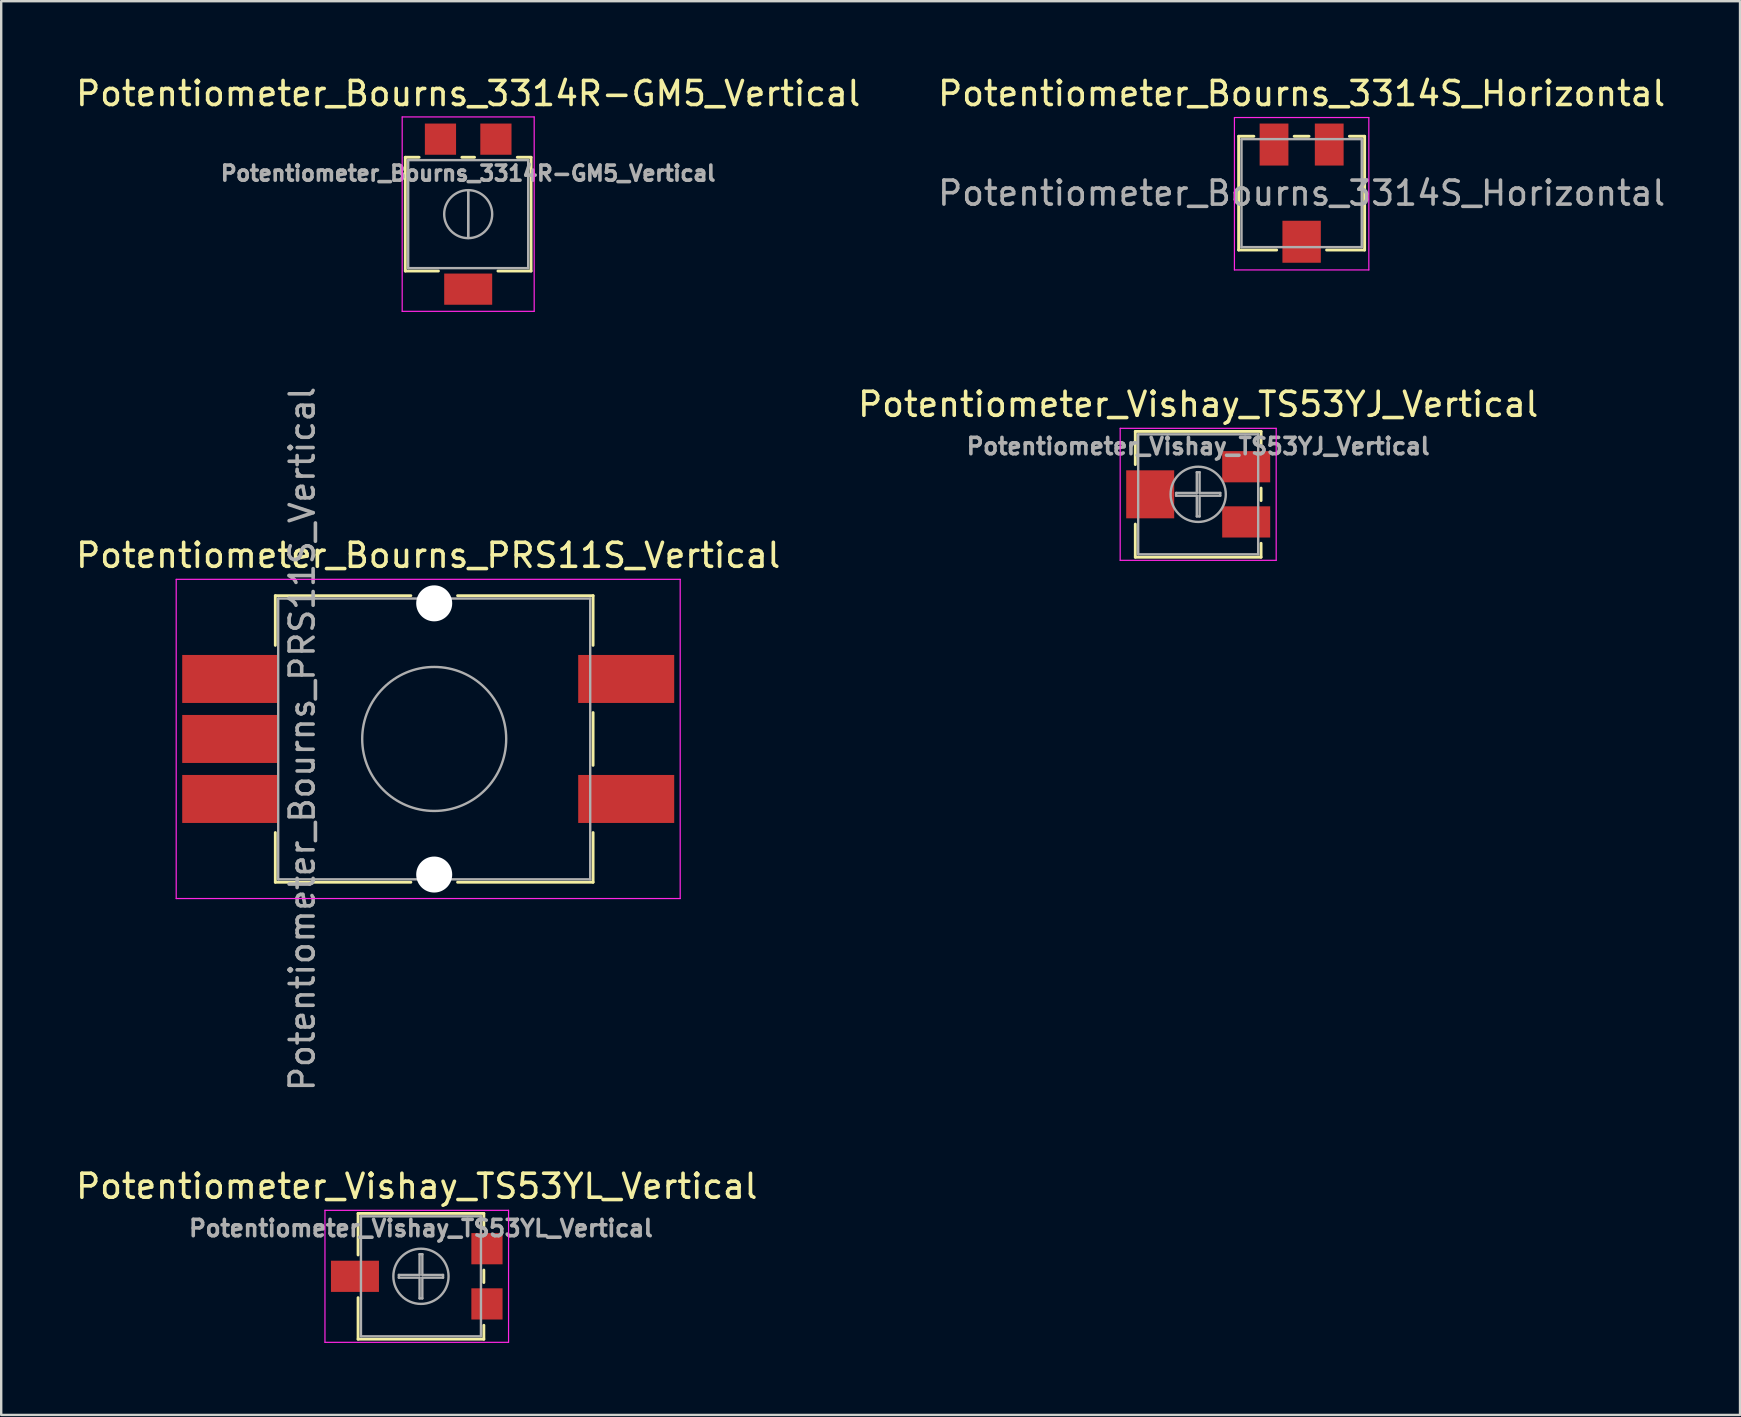
<source format=kicad_pcb>
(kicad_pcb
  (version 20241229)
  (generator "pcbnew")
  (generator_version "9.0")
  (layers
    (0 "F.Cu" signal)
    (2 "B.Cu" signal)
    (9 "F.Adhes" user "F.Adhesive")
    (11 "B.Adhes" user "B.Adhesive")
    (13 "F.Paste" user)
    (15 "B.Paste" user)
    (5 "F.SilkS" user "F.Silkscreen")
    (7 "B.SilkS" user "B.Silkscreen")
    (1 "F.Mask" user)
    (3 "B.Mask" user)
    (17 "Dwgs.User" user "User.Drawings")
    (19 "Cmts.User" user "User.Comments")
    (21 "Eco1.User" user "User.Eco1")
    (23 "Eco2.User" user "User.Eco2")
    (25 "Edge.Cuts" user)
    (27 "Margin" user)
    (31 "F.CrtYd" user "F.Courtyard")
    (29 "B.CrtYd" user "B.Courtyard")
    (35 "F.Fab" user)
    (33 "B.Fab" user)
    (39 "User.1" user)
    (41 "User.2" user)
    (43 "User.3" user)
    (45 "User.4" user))
  (footprint "Potentiometer_Bourns_PRS11S_Vertical"
    (layer "F.Cu")
    (at 14.792 27.74)
    (property "Reference" "Potentiometer_Bourns_PRS11S_Vertical" (at 0 -7.65 0) (layer "F.SilkS") (effects (font (size 1 1) (thickness 0.15))))
    (attr smd)
    (fp_line (start -6.37 -5.97) (end -6.37 -3.9) (stroke (width 0.12) (type solid)) (layer "F.SilkS"))
    (fp_line (start -6.37 -5.97) (end -0.723 -5.97) (stroke (width 0.12) (type solid)) (layer "F.SilkS"))
    (fp_line (start -6.37 3.9) (end -6.37 5.97) (stroke (width 0.12) (type solid)) (layer "F.SilkS"))
    (fp_line (start -6.37 5.97) (end -0.723 5.97) (stroke (width 0.12) (type solid)) (layer "F.SilkS"))
    (fp_line (start 1.224 -5.97) (end 6.87 -5.97) (stroke (width 0.12) (type solid)) (layer "F.SilkS"))
    (fp_line (start 1.224 5.97) (end 6.87 5.97) (stroke (width 0.12) (type solid)) (layer "F.SilkS"))
    (fp_line (start 6.87 -5.97) (end 6.87 -3.9) (stroke (width 0.12) (type solid)) (layer "F.SilkS"))
    (fp_line (start 6.87 -1.1) (end 6.87 1.1) (stroke (width 0.12) (type solid)) (layer "F.SilkS"))
    (fp_line (start 6.87 3.9) (end 6.87 5.97) (stroke (width 0.12) (type solid)) (layer "F.SilkS"))
    (fp_line (start -10.5 -6.65) (end -10.5 6.65) (stroke (width 0.05) (type solid)) (layer "F.CrtYd"))
    (fp_line (start -10.5 6.65) (end 10.5 6.65) (stroke (width 0.05) (type solid)) (layer "F.CrtYd"))
    (fp_line (start 10.5 -6.65) (end -10.5 -6.65) (stroke (width 0.05) (type solid)) (layer "F.CrtYd"))
    (fp_line (start 10.5 6.65) (end 10.5 -6.65) (stroke (width 0.05) (type solid)) (layer "F.CrtYd"))
    (fp_line (start -6.25 -5.85) (end -6.25 5.85) (stroke (width 0.1) (type solid)) (layer "F.Fab"))
    (fp_line (start -6.25 5.85) (end 6.75 5.85) (stroke (width 0.1) (type solid)) (layer "F.Fab"))
    (fp_line (start 6.75 -5.85) (end -6.25 -5.85) (stroke (width 0.1) (type solid)) (layer "F.Fab"))
    (fp_line (start 6.75 5.85) (end 6.75 -5.85) (stroke (width 0.1) (type solid)) (layer "F.Fab"))
    (fp_circle (center 0.25 0) (end 3.25 0) (stroke (width 0.1) (type solid)) (fill no) (layer "F.Fab"))
    (fp_text user "${REFERENCE}" (at -5.25 0 90) (layer "F.Fab") (effects (font (size 1 1) (thickness 0.15))))
    (pad "" np_thru_hole circle (at 0.25 -5.65) (size 1.5 1.5) (drill 1.5) (layers "*.Cu" "*.Mask"))
    (pad "" np_thru_hole circle (at 0.25 5.65) (size 1.5 1.5) (drill 1.5) (layers "*.Cu" "*.Mask"))
    (pad "1" smd rect (at -8.25 -2.5) (size 4 2) (layers "F.Cu" "F.Mask" "F.Paste"))
    (pad "2" smd rect (at -8.25 0) (size 4 2) (layers "F.Cu" "F.Mask" "F.Paste"))
    (pad "3" smd rect (at -8.25 2.5) (size 4 2) (layers "F.Cu" "F.Mask" "F.Paste"))
    (pad "4" smd rect (at 8.25 -2.5) (size 4 2) (layers "F.Cu" "F.Mask" "F.Paste"))
    (pad "5" smd rect (at 8.25 2.5) (size 4 2) (layers "F.Cu" "F.Mask" "F.Paste")))
  (footprint "Potentiometer_Bourns_3314R-GM5_Vertical"
    (layer "F.Cu")
    (at 16.458 5.873)
    (property "Reference" "Potentiometer_Bourns_3314R-GM5_Vertical" (at 0 -5.025 0) (layer "F.SilkS") (effects (font (size 1 1) (thickness 0.15))))
    (attr smd)
    (fp_line (start -2.62 -2.37) (end -2.62 2.37) (stroke (width 0.12) (type solid)) (layer "F.SilkS"))
    (fp_line (start -2.62 -2.37) (end -2.044 -2.37) (stroke (width 0.12) (type solid)) (layer "F.SilkS"))
    (fp_line (start -2.62 2.37) (end -1.24 2.37) (stroke (width 0.12) (type solid)) (layer "F.SilkS"))
    (fp_line (start -0.264 -2.37) (end 0.265 -2.37) (stroke (width 0.12) (type solid)) (layer "F.SilkS"))
    (fp_line (start 1.24 2.37) (end 2.62 2.37) (stroke (width 0.12) (type solid)) (layer "F.SilkS"))
    (fp_line (start 2.045 -2.37) (end 2.62 -2.37) (stroke (width 0.12) (type solid)) (layer "F.SilkS"))
    (fp_line (start 2.62 -2.37) (end 2.62 2.37) (stroke (width 0.12) (type solid)) (layer "F.SilkS"))
    (fp_line (start -2.75 -4.05) (end -2.75 4.05) (stroke (width 0.05) (type solid)) (layer "F.CrtYd"))
    (fp_line (start -2.75 4.05) (end 2.75 4.05) (stroke (width 0.05) (type solid)) (layer "F.CrtYd"))
    (fp_line (start 2.75 -4.05) (end -2.75 -4.05) (stroke (width 0.05) (type solid)) (layer "F.CrtYd"))
    (fp_line (start 2.75 4.05) (end 2.75 -4.05) (stroke (width 0.05) (type solid)) (layer "F.CrtYd"))
    (fp_line (start -2.5 -2.25) (end -2.5 2.25) (stroke (width 0.1) (type solid)) (layer "F.Fab"))
    (fp_line (start -2.5 2.25) (end 2.5 2.25) (stroke (width 0.1) (type solid)) (layer "F.Fab"))
    (fp_line (start 0 0.99) (end 0.001 -0.989) (stroke (width 0.1) (type solid)) (layer "F.Fab"))
    (fp_line (start 0 0.99) (end 0.001 -0.989) (stroke (width 0.1) (type solid)) (layer "F.Fab"))
    (fp_line (start 2.5 -2.25) (end -2.5 -2.25) (stroke (width 0.1) (type solid)) (layer "F.Fab"))
    (fp_line (start 2.5 2.25) (end 2.5 -2.25) (stroke (width 0.1) (type solid)) (layer "F.Fab"))
    (fp_circle (center 0 0) (end 1 0) (stroke (width 0.1) (type solid)) (fill no) (layer "F.Fab"))
    (fp_text user "${REFERENCE}" (at 0 -1.7 0) (layer "F.Fab") (effects (font (size 0.63 0.63) (thickness 0.15))))
    (pad "1" smd rect (at 1.155 -3.125) (size 1.3 1.3) (layers "F.Cu" "F.Mask" "F.Paste"))
    (pad "2" smd rect (at 0 3.125) (size 2 1.3) (layers "F.Cu" "F.Mask" "F.Paste"))
    (pad "3" smd rect (at -1.155 -3.125) (size 1.3 1.3) (layers "F.Cu" "F.Mask" "F.Paste")))
  (footprint "Potentiometer_Bourns_3314S_Horizontal"
    (layer "F.Cu")
    (at 51.185 4.998)
    (property "Reference" "Potentiometer_Bourns_3314S_Horizontal" (at 0 -4.15 0) (layer "F.SilkS") (effects (font (size 1 1) (thickness 0.15))))
    (attr smd)
    (fp_line (start -2.625 -2.37) (end -2.625 2.37) (stroke (width 0.12) (type solid)) (layer "F.SilkS"))
    (fp_line (start -2.625 -2.37) (end -1.99 -2.37) (stroke (width 0.12) (type solid)) (layer "F.SilkS"))
    (fp_line (start -2.625 2.37) (end -1.04 2.37) (stroke (width 0.12) (type solid)) (layer "F.SilkS"))
    (fp_line (start -0.31 -2.37) (end 0.31 -2.37) (stroke (width 0.12) (type solid)) (layer "F.SilkS"))
    (fp_line (start 1.04 2.37) (end 2.625 2.37) (stroke (width 0.12) (type solid)) (layer "F.SilkS"))
    (fp_line (start 1.99 -2.37) (end 2.625 -2.37) (stroke (width 0.12) (type solid)) (layer "F.SilkS"))
    (fp_line (start 2.625 -2.37) (end 2.625 2.37) (stroke (width 0.12) (type solid)) (layer "F.SilkS"))
    (fp_line (start -2.8 -3.15) (end -2.8 3.2) (stroke (width 0.05) (type solid)) (layer "F.CrtYd"))
    (fp_line (start -2.8 3.2) (end 2.8 3.2) (stroke (width 0.05) (type solid)) (layer "F.CrtYd"))
    (fp_line (start 2.8 -3.15) (end -2.8 -3.15) (stroke (width 0.05) (type solid)) (layer "F.CrtYd"))
    (fp_line (start 2.8 3.2) (end 2.8 -3.15) (stroke (width 0.05) (type solid)) (layer "F.CrtYd"))
    (fp_line (start -2.505 -2.25) (end -2.505 2.25) (stroke (width 0.1) (type solid)) (layer "F.Fab"))
    (fp_line (start -2.505 2.25) (end 2.505 2.25) (stroke (width 0.1) (type solid)) (layer "F.Fab"))
    (fp_line (start 2.505 -2.25) (end -2.505 -2.25) (stroke (width 0.1) (type solid)) (layer "F.Fab"))
    (fp_line (start 2.505 2.25) (end 2.505 -2.25) (stroke (width 0.1) (type solid)) (layer "F.Fab"))
    (fp_text user "${REFERENCE}" (at 0 0 0) (layer "F.Fab") (effects (font (size 1 1) (thickness 0.15))))
    (pad "1" smd rect (at 1.15 -2.025) (size 1.2 1.75) (layers "F.Cu" "F.Mask" "F.Paste"))
    (pad "2" smd rect (at 0 2.025) (size 1.6 1.75) (layers "F.Cu" "F.Mask" "F.Paste"))
    (pad "3" smd rect (at -1.15 -2.025) (size 1.2 1.75) (layers "F.Cu" "F.Mask" "F.Paste")))
  (footprint "Potentiometer_Vishay_TS53YJ_Vertical"
    (layer "F.Cu")
    (at 46.875 17.547)
    (property "Reference" "Potentiometer_Vishay_TS53YJ_Vertical" (at 0 -3.75 0) (layer "F.SilkS") (effects (font (size 1 1) (thickness 0.15))))
    (attr smd)
    (fp_line (start -2.62 -2.62) (end -2.62 -1.24) (stroke (width 0.12) (type solid)) (layer "F.SilkS"))
    (fp_line (start -2.62 -2.62) (end 2.62 -2.62) (stroke (width 0.12) (type solid)) (layer "F.SilkS"))
    (fp_line (start -2.62 1.24) (end -2.62 2.62) (stroke (width 0.12) (type solid)) (layer "F.SilkS"))
    (fp_line (start -2.62 2.62) (end 2.62 2.62) (stroke (width 0.12) (type solid)) (layer "F.SilkS"))
    (fp_line (start 2.62 -2.62) (end 2.62 -2.039) (stroke (width 0.12) (type solid)) (layer "F.SilkS"))
    (fp_line (start 2.62 -0.26) (end 2.62 0.26) (stroke (width 0.12) (type solid)) (layer "F.SilkS"))
    (fp_line (start 2.62 2.04) (end 2.62 2.62) (stroke (width 0.12) (type solid)) (layer "F.SilkS"))
    (fp_line (start -3.25 -2.75) (end -3.25 2.75) (stroke (width 0.05) (type solid)) (layer "F.CrtYd"))
    (fp_line (start -3.25 2.75) (end 3.25 2.75) (stroke (width 0.05) (type solid)) (layer "F.CrtYd"))
    (fp_line (start 3.25 -2.75) (end -3.25 -2.75) (stroke (width 0.05) (type solid)) (layer "F.CrtYd"))
    (fp_line (start 3.25 2.75) (end 3.25 -2.75) (stroke (width 0.05) (type solid)) (layer "F.CrtYd"))
    (fp_line (start -2.5 -2.5) (end -2.5 2.5) (stroke (width 0.1) (type solid)) (layer "F.Fab"))
    (fp_line (start -2.5 2.5) (end 2.5 2.5) (stroke (width 0.1) (type solid)) (layer "F.Fab"))
    (fp_line (start -0.92 -0.058) (end -0.058 -0.058) (stroke (width 0.1) (type solid)) (layer "F.Fab"))
    (fp_line (start -0.92 0.058) (end -0.92 -0.058) (stroke (width 0.1) (type solid)) (layer "F.Fab"))
    (fp_line (start -0.058 -0.92) (end 0.058 -0.92) (stroke (width 0.1) (type solid)) (layer "F.Fab"))
    (fp_line (start -0.058 -0.058) (end -0.058 -0.92) (stroke (width 0.1) (type solid)) (layer "F.Fab"))
    (fp_line (start -0.058 0.058) (end -0.92 0.058) (stroke (width 0.1) (type solid)) (layer "F.Fab"))
    (fp_line (start -0.058 0.92) (end -0.058 0.058) (stroke (width 0.1) (type solid)) (layer "F.Fab"))
    (fp_line (start 0.058 -0.92) (end 0.058 -0.058) (stroke (width 0.1) (type solid)) (layer "F.Fab"))
    (fp_line (start 0.058 -0.058) (end 0.92 -0.058) (stroke (width 0.1) (type solid)) (layer "F.Fab"))
    (fp_line (start 0.058 0.058) (end 0.058 0.92) (stroke (width 0.1) (type solid)) (layer "F.Fab"))
    (fp_line (start 0.058 0.92) (end -0.058 0.92) (stroke (width 0.1) (type solid)) (layer "F.Fab"))
    (fp_line (start 0.92 -0.058) (end 0.92 0.058) (stroke (width 0.1) (type solid)) (layer "F.Fab"))
    (fp_line (start 0.92 0.058) (end 0.058 0.058) (stroke (width 0.1) (type solid)) (layer "F.Fab"))
    (fp_line (start 2.5 -2.5) (end -2.5 -2.5) (stroke (width 0.1) (type solid)) (layer "F.Fab"))
    (fp_line (start 2.5 2.5) (end 2.5 -2.5) (stroke (width 0.1) (type solid)) (layer "F.Fab"))
    (fp_circle (center 0 0) (end 1.15 0) (stroke (width 0.1) (type solid)) (fill no) (layer "F.Fab"))
    (fp_text user "${REFERENCE}" (at 0 -2 0) (layer "F.Fab") (effects (font (size 0.68 0.68) (thickness 0.15))))
    (pad "1" smd rect (at 2 -1.15) (size 2 1.3) (layers "F.Cu" "F.Mask" "F.Paste"))
    (pad "2" smd rect (at -2 0) (size 2 2) (layers "F.Cu" "F.Mask" "F.Paste"))
    (pad "3" smd rect (at 2 1.15) (size 2 1.3) (layers "F.Cu" "F.Mask" "F.Paste")))
  (footprint "Potentiometer_Vishay_TS53YL_Vertical"
    (layer "F.Cu")
    (at 14.49 50.13)
    (property "Reference" "Potentiometer_Vishay_TS53YL_Vertical" (at -0.175 -3.75 0) (layer "F.SilkS") (effects (font (size 1 1) (thickness 0.15))))
    (attr smd)
    (fp_line (start -2.62 -2.62) (end -2.62 -0.89) (stroke (width 0.12) (type solid)) (layer "F.SilkS"))
    (fp_line (start -2.62 -2.62) (end 2.62 -2.62) (stroke (width 0.12) (type solid)) (layer "F.SilkS"))
    (fp_line (start -2.62 0.89) (end -2.62 2.62) (stroke (width 0.12) (type solid)) (layer "F.SilkS"))
    (fp_line (start -2.62 2.62) (end 2.62 2.62) (stroke (width 0.12) (type solid)) (layer "F.SilkS"))
    (fp_line (start 2.62 -2.62) (end 2.62 -2.039) (stroke (width 0.12) (type solid)) (layer "F.SilkS"))
    (fp_line (start 2.62 -0.26) (end 2.62 0.26) (stroke (width 0.12) (type solid)) (layer "F.SilkS"))
    (fp_line (start 2.62 2.04) (end 2.62 2.62) (stroke (width 0.12) (type solid)) (layer "F.SilkS"))
    (fp_line (start -4 -2.75) (end -4 2.75) (stroke (width 0.05) (type solid)) (layer "F.CrtYd"))
    (fp_line (start -4 2.75) (end 3.65 2.75) (stroke (width 0.05) (type solid)) (layer "F.CrtYd"))
    (fp_line (start 3.65 -2.75) (end -4 -2.75) (stroke (width 0.05) (type solid)) (layer "F.CrtYd"))
    (fp_line (start 3.65 2.75) (end 3.65 -2.75) (stroke (width 0.05) (type solid)) (layer "F.CrtYd"))
    (fp_line (start -2.5 -2.5) (end -2.5 2.5) (stroke (width 0.1) (type solid)) (layer "F.Fab"))
    (fp_line (start -2.5 2.5) (end 2.5 2.5) (stroke (width 0.1) (type solid)) (layer "F.Fab"))
    (fp_line (start -0.92 -0.058) (end -0.058 -0.058) (stroke (width 0.1) (type solid)) (layer "F.Fab"))
    (fp_line (start -0.92 0.058) (end -0.92 -0.058) (stroke (width 0.1) (type solid)) (layer "F.Fab"))
    (fp_line (start -0.058 -0.92) (end 0.058 -0.92) (stroke (width 0.1) (type solid)) (layer "F.Fab"))
    (fp_line (start -0.058 -0.058) (end -0.058 -0.92) (stroke (width 0.1) (type solid)) (layer "F.Fab"))
    (fp_line (start -0.058 0.058) (end -0.92 0.058) (stroke (width 0.1) (type solid)) (layer "F.Fab"))
    (fp_line (start -0.058 0.92) (end -0.058 0.058) (stroke (width 0.1) (type solid)) (layer "F.Fab"))
    (fp_line (start 0.058 -0.92) (end 0.058 -0.058) (stroke (width 0.1) (type solid)) (layer "F.Fab"))
    (fp_line (start 0.058 -0.058) (end 0.92 -0.058) (stroke (width 0.1) (type solid)) (layer "F.Fab"))
    (fp_line (start 0.058 0.058) (end 0.058 0.92) (stroke (width 0.1) (type solid)) (layer "F.Fab"))
    (fp_line (start 0.058 0.92) (end -0.058 0.92) (stroke (width 0.1) (type solid)) (layer "F.Fab"))
    (fp_line (start 0.92 -0.058) (end 0.92 0.058) (stroke (width 0.1) (type solid)) (layer "F.Fab"))
    (fp_line (start 0.92 0.058) (end 0.058 0.058) (stroke (width 0.1) (type solid)) (layer "F.Fab"))
    (fp_line (start 2.5 -2.5) (end -2.5 -2.5) (stroke (width 0.1) (type solid)) (layer "F.Fab"))
    (fp_line (start 2.5 2.5) (end 2.5 -2.5) (stroke (width 0.1) (type solid)) (layer "F.Fab"))
    (fp_circle (center 0 0) (end 1.15 0) (stroke (width 0.1) (type solid)) (fill no) (layer "F.Fab"))
    (fp_text user "${REFERENCE}" (at 0 -2 0) (layer "F.Fab") (effects (font (size 0.68 0.68) (thickness 0.15))))
    (pad "1" smd rect (at 2.75 -1.15) (size 1.3 1.3) (layers "F.Cu" "F.Mask" "F.Paste"))
    (pad "2" smd rect (at -2.75 0) (size 2 1.3) (layers "F.Cu" "F.Mask" "F.Paste"))
    (pad "3" smd rect (at 2.75 1.15) (size 1.3 1.3) (layers "F.Cu" "F.Mask" "F.Paste")))
  (gr_rect
    (start -3 -3)
    (end 69.452 55.905)
    (stroke (width 0.1) (type default))
    (fill no)
    (layer "Edge.Cuts")))
</source>
